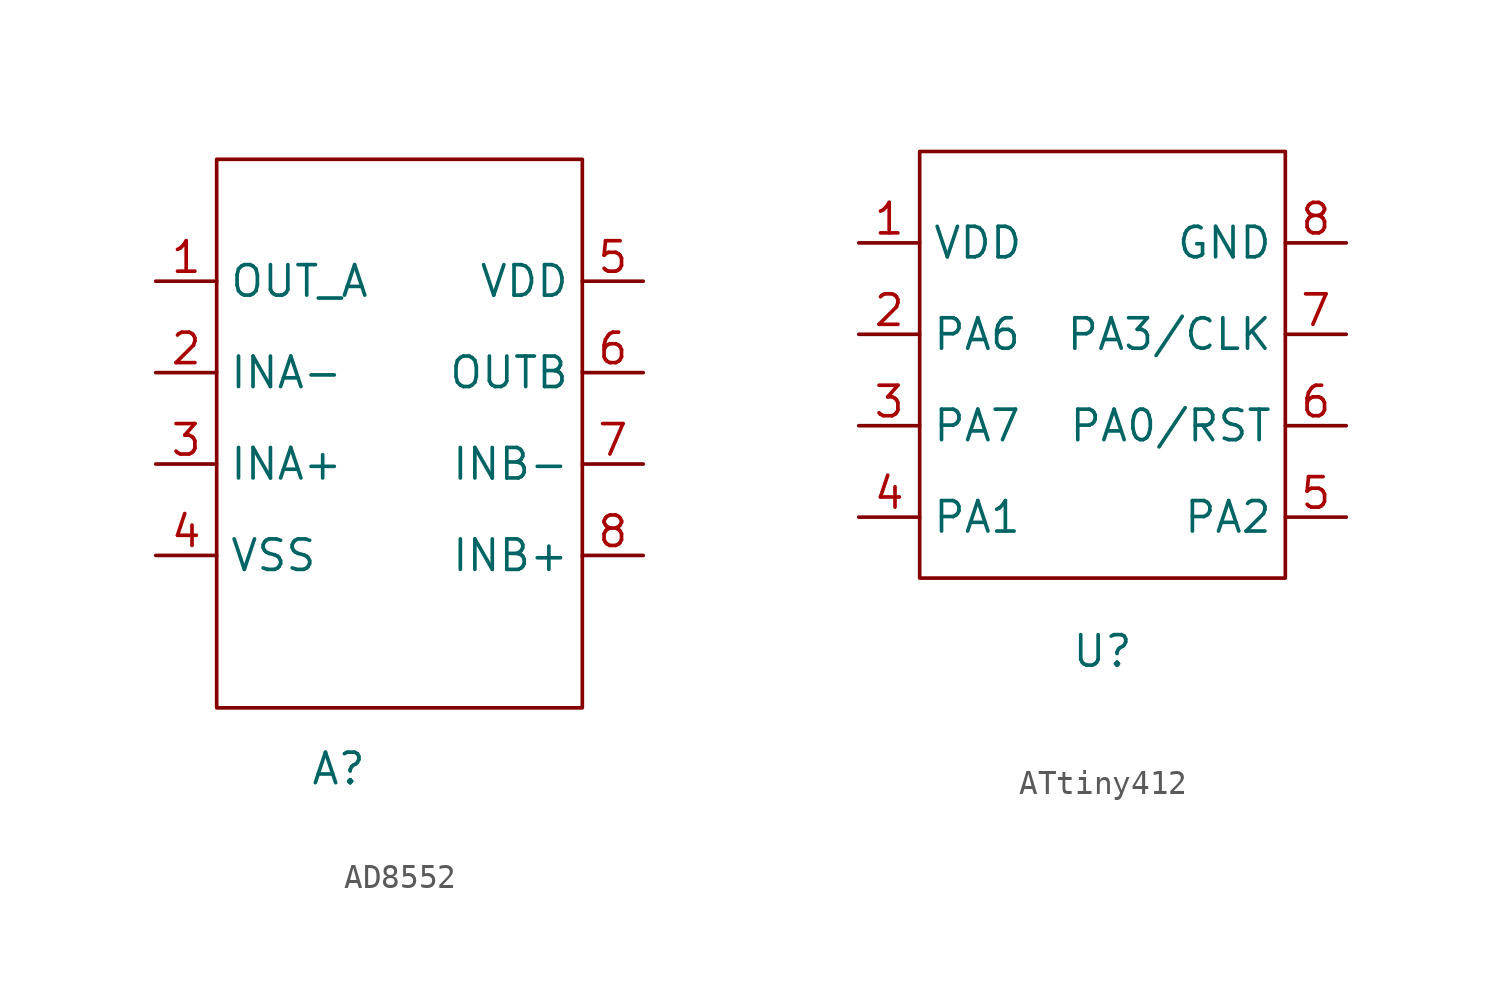
<source format=kicad_sym>
(kicad_symbol_lib
  (version 20241209)
  (generator "kicad_symbol_editor")
  (generator_version "9.0")
  (symbol "AD8552"
    (property "Reference" "A"
      (at 0 0 0)
      (effects (font (size 1.27 1.27))))
    (property "Value" ""
      (at 0 0 0)
      (effects (font (size 1.27 1.27))))
    (symbol "AD8552_0_1"
      (rectangle (start -5.08 25.4) (end 10.16 2.54) (stroke (width 0) (type default)) (fill (type none))))
    (symbol "AD8552_1_1"
      (pin output line (at -7.62 20.32 0) (length 2.54) (name "OUT_A" (effects (font (size 1.27 1.27)))) (number "1" (effects (font (size 1.27 1.27)))))
      (pin input line (at -7.62 16.51 0) (length 2.54) (name "INA-" (effects (font (size 1.27 1.27)))) (number "2" (effects (font (size 1.27 1.27)))))
      (pin input line (at -7.62 12.7 0) (length 2.54) (name "INA+" (effects (font (size 1.27 1.27)))) (number "3" (effects (font (size 1.27 1.27)))))
      (pin power_in line (at -7.62 8.89 0) (length 2.54) (name "VSS" (effects (font (size 1.27 1.27)))) (number "4" (effects (font (size 1.27 1.27)))))
      (pin power_in line (at 12.7 20.32 180) (length 2.54) (name "VDD" (effects (font (size 1.27 1.27)))) (number "5" (effects (font (size 1.27 1.27)))))
      (pin output line (at 12.7 16.51 180) (length 2.54) (name "OUTB" (effects (font (size 1.27 1.27)))) (number "6" (effects (font (size 1.27 1.27)))))
      (pin input line (at 12.7 12.7 180) (length 2.54) (name "INB-" (effects (font (size 1.27 1.27)))) (number "7" (effects (font (size 1.27 1.27)))))
      (pin input line (at 12.7 8.89 180) (length 2.54) (name "INB+" (effects (font (size 1.27 1.27)))) (number "8" (effects (font (size 1.27 1.27)))))))
  (symbol "ATtiny412"
    (property "Reference" "U"
      (at -2.54 2.032 0)
      (effects (font (size 1.27 1.27))))
    (property "Value" ""
      (at 0 0 0)
      (effects (font (size 1.27 1.27))))
    (symbol "ATtiny412_0_1"
      (rectangle (start -10.16 22.86) (end 5.08 5.08) (stroke (width 0) (type default)) (fill (type none))))
    (symbol "ATtiny412_1_1"
      (pin power_in line (at -12.7 19.05 0) (length 2.54) (name "VDD" (effects (font (size 1.27 1.27)))) (number "1" (effects (font (size 1.27 1.27)))))
      (pin bidirectional line (at -12.7 15.24 0) (length 2.54) (name "PA6" (effects (font (size 1.27 1.27)))) (number "2" (effects (font (size 1.27 1.27)))))
      (pin bidirectional line (at -12.7 11.43 0) (length 2.54) (name "PA7" (effects (font (size 1.27 1.27)))) (number "3" (effects (font (size 1.27 1.27)))))
      (pin bidirectional line (at -12.7 7.62 0) (length 2.54) (name "PA1" (effects (font (size 1.27 1.27)))) (number "4" (effects (font (size 1.27 1.27)))))
      (pin power_in line (at 7.62 19.05 180) (length 2.54) (name "GND" (effects (font (size 1.27 1.27)))) (number "8" (effects (font (size 1.27 1.27)))))
      (pin bidirectional line (at 7.62 15.24 180) (length 2.54) (name "PA3/CLK" (effects (font (size 1.27 1.27)))) (number "7" (effects (font (size 1.27 1.27)))))
      (pin bidirectional line (at 7.62 11.43 180) (length 2.54) (name "PA0/RST" (effects (font (size 1.27 1.27)))) (number "6" (effects (font (size 1.27 1.27)))))
      (pin bidirectional line (at 7.62 7.62 180) (length 2.54) (name "PA2" (effects (font (size 1.27 1.27)))) (number "5" (effects (font (size 1.27 1.27))))))))
</source>
